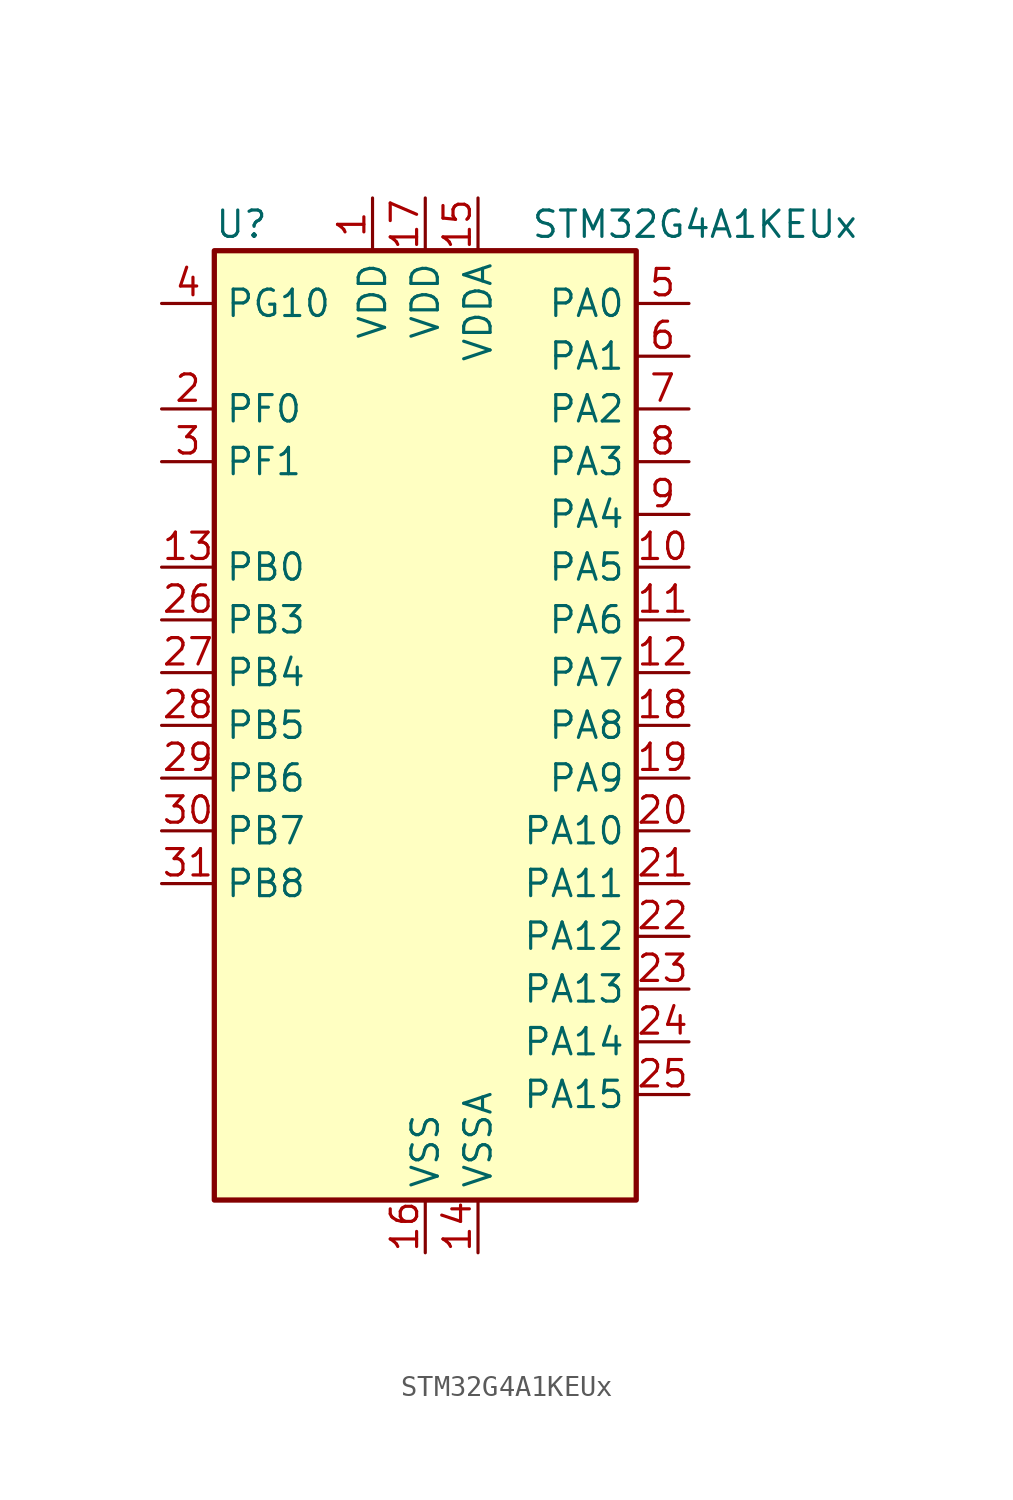
<source format=kicad_sym>
(kicad_symbol_lib
  (version 20220914)
  (generator kicad_symbol_editor)
  (symbol "STM32G4A1KEUx"
    (property "Reference" "U"
      (at -10.16 24.13 0)
      (effects (font (size 1.27 1.27)) (justify left)))
    (property "Value" "STM32G4A1KEUx"
      (at 5.08 24.13 0)
      (effects (font (size 1.27 1.27)) (justify left)))
    (property "ki_locked" ""
      (at 0 0 0)
      (effects (font (size 1.27 1.27))))
    (symbol "STM32G4A1KEUx_0_1"
      (rectangle (start -10.16 -22.86) (end 10.16 22.86) (stroke (width 0.254) (type default)) (fill (type background))))
    (symbol "STM32G4A1KEUx_1_1"
      (pin power_in line (at -2.54 25.4 270) (length 2.54) (name "VDD" (effects (font (size 1.27 1.27)))) (number "1" (effects (font (size 1.27 1.27)))))
      (pin bidirectional line (at 12.7 7.62 180) (length 2.54) (name "PA5" (effects (font (size 1.27 1.27)))) (number "10" (effects (font (size 1.27 1.27)))) (alternate "ADC2_IN13" bidirectional line) (alternate "COMP2_INM" bidirectional line) (alternate "DAC1_OUT2" bidirectional line) (alternate "OPAMP2_VINM" bidirectional line) (alternate "OPAMP2_VINM0" bidirectional line) (alternate "OPAMP2_VINM_SEC" bidirectional line) (alternate "SPI1_SCK" bidirectional line) (alternate "TIM2_CH1" bidirectional line) (alternate "TIM2_ETR" bidirectional line) (alternate "UCPD1_FRSTX1" bidirectional line) (alternate "UCPD1_FRSTX2" bidirectional line))
      (pin bidirectional line (at 12.7 5.08 180) (length 2.54) (name "PA6" (effects (font (size 1.27 1.27)))) (number "11" (effects (font (size 1.27 1.27)))) (alternate "ADC2_IN3" bidirectional line) (alternate "COMP1_OUT" bidirectional line) (alternate "LPUART1_CTS" bidirectional line) (alternate "OPAMP2_VOUT" bidirectional line) (alternate "QUADSPI1_BK1_IO3" bidirectional line) (alternate "SPI1_MISO" bidirectional line) (alternate "TIM16_CH1" bidirectional line) (alternate "TIM1_BKIN" bidirectional line) (alternate "TIM3_CH1" bidirectional line) (alternate "TIM8_BKIN" bidirectional line))
      (pin bidirectional line (at 12.7 2.54 180) (length 2.54) (name "PA7" (effects (font (size 1.27 1.27)))) (number "12" (effects (font (size 1.27 1.27)))) (alternate "ADC2_IN4" bidirectional line) (alternate "COMP2_INP" bidirectional line) (alternate "COMP2_OUT" bidirectional line) (alternate "OPAMP1_VINP" bidirectional line) (alternate "OPAMP1_VINP_SEC" bidirectional line) (alternate "OPAMP2_VINP" bidirectional line) (alternate "OPAMP2_VINP_SEC" bidirectional line) (alternate "QUADSPI1_BK1_IO2" bidirectional line) (alternate "SPI1_MOSI" bidirectional line) (alternate "TIM17_CH1" bidirectional line) (alternate "TIM1_CH1N" bidirectional line) (alternate "TIM3_CH2" bidirectional line) (alternate "TIM8_CH1N" bidirectional line) (alternate "UCPD1_FRSTX1" bidirectional line) (alternate "UCPD1_FRSTX2" bidirectional line))
      (pin bidirectional line (at -12.7 7.62 0) (length 2.54) (name "PB0" (effects (font (size 1.27 1.27)))) (number "13" (effects (font (size 1.27 1.27)))) (alternate "ADC1_IN15" bidirectional line) (alternate "ADC3_IN12" bidirectional line) (alternate "COMP4_INP" bidirectional line) (alternate "OPAMP2_VINP" bidirectional line) (alternate "OPAMP2_VINP_SEC" bidirectional line) (alternate "OPAMP3_VINP" bidirectional line) (alternate "OPAMP3_VINP_SEC" bidirectional line) (alternate "QUADSPI1_BK1_IO1" bidirectional line) (alternate "TIM1_CH2N" bidirectional line) (alternate "TIM3_CH3" bidirectional line) (alternate "TIM8_CH2N" bidirectional line) (alternate "UCPD1_FRSTX1" bidirectional line) (alternate "UCPD1_FRSTX2" bidirectional line))
      (pin power_in line (at 2.54 -25.4 90) (length 2.54) (name "VSSA" (effects (font (size 1.27 1.27)))) (number "14" (effects (font (size 1.27 1.27)))))
      (pin power_in line (at 2.54 25.4 270) (length 2.54) (name "VDDA" (effects (font (size 1.27 1.27)))) (number "15" (effects (font (size 1.27 1.27)))))
      (pin power_in line (at 0 -25.4 90) (length 2.54) (name "VSS" (effects (font (size 1.27 1.27)))) (number "16" (effects (font (size 1.27 1.27)))))
      (pin power_in line (at 0 25.4 270) (length 2.54) (name "VDD" (effects (font (size 1.27 1.27)))) (number "17" (effects (font (size 1.27 1.27)))))
      (pin bidirectional line (at 12.7 0 180) (length 2.54) (name "PA8" (effects (font (size 1.27 1.27)))) (number "18" (effects (font (size 1.27 1.27)))) (alternate "I2C2_SDA" bidirectional line) (alternate "I2C3_SCL" bidirectional line) (alternate "I2S2_MCK" bidirectional line) (alternate "RCC_MCO" bidirectional line) (alternate "SAI1_CK2" bidirectional line) (alternate "SAI1_SCK_A" bidirectional line) (alternate "TIM1_CH1" bidirectional line) (alternate "TIM4_ETR" bidirectional line) (alternate "USART1_CK" bidirectional line))
      (pin bidirectional line (at 12.7 -2.54 180) (length 2.54) (name "PA9" (effects (font (size 1.27 1.27)))) (number "19" (effects (font (size 1.27 1.27)))) (alternate "DAC1_EXTI9" bidirectional line) (alternate "DAC3_EXTI9" bidirectional line) (alternate "I2C2_SCL" bidirectional line) (alternate "I2C3_SMBA" bidirectional line) (alternate "I2S3_MCK" bidirectional line) (alternate "SAI1_FS_A" bidirectional line) (alternate "TIM15_BKIN" bidirectional line) (alternate "TIM1_CH2" bidirectional line) (alternate "TIM2_CH3" bidirectional line) (alternate "UCPD1_DBCC1" bidirectional line) (alternate "USART1_TX" bidirectional line))
      (pin bidirectional line (at -12.7 15.24 0) (length 2.54) (name "PF0" (effects (font (size 1.27 1.27)))) (number "2" (effects (font (size 1.27 1.27)))) (alternate "ADC1_IN10" bidirectional line) (alternate "I2C2_SDA" bidirectional line) (alternate "I2S2_WS" bidirectional line) (alternate "RCC_OSC_IN" bidirectional line) (alternate "SPI2_NSS" bidirectional line) (alternate "TIM1_CH3N" bidirectional line))
      (pin bidirectional line (at 12.7 -5.08 180) (length 2.54) (name "PA10" (effects (font (size 1.27 1.27)))) (number "20" (effects (font (size 1.27 1.27)))) (alternate "CRS_SYNC" bidirectional line) (alternate "DAC1_EXTI10" bidirectional line) (alternate "DAC3_EXTI10" bidirectional line) (alternate "I2C2_SMBA" bidirectional line) (alternate "SAI1_D1" bidirectional line) (alternate "SAI1_SD_A" bidirectional line) (alternate "SPI2_MISO" bidirectional line) (alternate "TIM17_BKIN" bidirectional line) (alternate "TIM1_CH3" bidirectional line) (alternate "TIM2_CH4" bidirectional line) (alternate "TIM8_BKIN" bidirectional line) (alternate "UCPD1_DBCC2" bidirectional line) (alternate "USART1_RX" bidirectional line))
      (pin bidirectional line (at 12.7 -7.62 180) (length 2.54) (name "PA11" (effects (font (size 1.27 1.27)))) (number "21" (effects (font (size 1.27 1.27)))) (alternate "ADC1_EXTI11" bidirectional line) (alternate "ADC2_EXTI11" bidirectional line) (alternate "COMP1_OUT" bidirectional line) (alternate "FDCAN1_RX" bidirectional line) (alternate "I2S2_SD" bidirectional line) (alternate "SPI2_MOSI" bidirectional line) (alternate "TIM1_BKIN2" bidirectional line) (alternate "TIM1_CH1N" bidirectional line) (alternate "TIM1_CH4" bidirectional line) (alternate "TIM4_CH1" bidirectional line) (alternate "USART1_CTS" bidirectional line) (alternate "USART1_NSS" bidirectional line) (alternate "USB_DM" bidirectional line))
      (pin bidirectional line (at 12.7 -10.16 180) (length 2.54) (name "PA12" (effects (font (size 1.27 1.27)))) (number "22" (effects (font (size 1.27 1.27)))) (alternate "COMP2_OUT" bidirectional line) (alternate "FDCAN1_TX" bidirectional line) (alternate "I2S_CKIN" bidirectional line) (alternate "TIM16_CH1" bidirectional line) (alternate "TIM1_CH2N" bidirectional line) (alternate "TIM1_ETR" bidirectional line) (alternate "TIM4_CH2" bidirectional line) (alternate "USART1_DE" bidirectional line) (alternate "USART1_RTS" bidirectional line) (alternate "USB_DP" bidirectional line))
      (pin bidirectional line (at 12.7 -12.7 180) (length 2.54) (name "PA13" (effects (font (size 1.27 1.27)))) (number "23" (effects (font (size 1.27 1.27)))) (alternate "I2C1_SCL" bidirectional line) (alternate "IR_OUT" bidirectional line) (alternate "SAI1_SD_B" bidirectional line) (alternate "SYS_JTMS-SWDIO" bidirectional line) (alternate "TIM16_CH1N" bidirectional line) (alternate "TIM4_CH3" bidirectional line))
      (pin bidirectional line (at 12.7 -15.24 180) (length 2.54) (name "PA14" (effects (font (size 1.27 1.27)))) (number "24" (effects (font (size 1.27 1.27)))) (alternate "I2C1_SDA" bidirectional line) (alternate "LPTIM1_OUT" bidirectional line) (alternate "SAI1_FS_B" bidirectional line) (alternate "SYS_JTCK-SWCLK" bidirectional line) (alternate "TIM1_BKIN" bidirectional line) (alternate "TIM8_CH2" bidirectional line) (alternate "USART2_TX" bidirectional line))
      (pin bidirectional line (at 12.7 -17.78 180) (length 2.54) (name "PA15" (effects (font (size 1.27 1.27)))) (number "25" (effects (font (size 1.27 1.27)))) (alternate "ADC1_EXTI15" bidirectional line) (alternate "ADC2_EXTI15" bidirectional line) (alternate "I2C1_SCL" bidirectional line) (alternate "I2S3_WS" bidirectional line) (alternate "SPI1_NSS" bidirectional line) (alternate "SPI3_NSS" bidirectional line) (alternate "SYS_JTDI" bidirectional line) (alternate "TIM1_BKIN" bidirectional line) (alternate "TIM20_ETR" bidirectional line) (alternate "TIM2_CH1" bidirectional line) (alternate "TIM2_ETR" bidirectional line) (alternate "TIM8_CH1" bidirectional line) (alternate "USART2_RX" bidirectional line))
      (pin bidirectional line (at -12.7 5.08 0) (length 2.54) (name "PB3" (effects (font (size 1.27 1.27)))) (number "26" (effects (font (size 1.27 1.27)))) (alternate "ADC3_EXTI3" bidirectional line) (alternate "CRS_SYNC" bidirectional line) (alternate "I2S3_CK" bidirectional line) (alternate "SAI1_SCK_B" bidirectional line) (alternate "SPI1_SCK" bidirectional line) (alternate "SPI3_SCK" bidirectional line) (alternate "SYS_JTDO-SWO" bidirectional line) (alternate "TIM2_CH2" bidirectional line) (alternate "TIM3_ETR" bidirectional line) (alternate "TIM4_ETR" bidirectional line) (alternate "TIM8_CH1N" bidirectional line) (alternate "USART2_TX" bidirectional line))
      (pin bidirectional line (at -12.7 2.54 0) (length 2.54) (name "PB4" (effects (font (size 1.27 1.27)))) (number "27" (effects (font (size 1.27 1.27)))) (alternate "SAI1_MCLK_B" bidirectional line) (alternate "SPI1_MISO" bidirectional line) (alternate "SPI3_MISO" bidirectional line) (alternate "SYS_JTRST" bidirectional line) (alternate "TIM16_CH1" bidirectional line) (alternate "TIM17_BKIN" bidirectional line) (alternate "TIM3_CH1" bidirectional line) (alternate "TIM8_CH2N" bidirectional line) (alternate "UCPD1_CC2" bidirectional line) (alternate "USART2_RX" bidirectional line))
      (pin bidirectional line (at -12.7 0 0) (length 2.54) (name "PB5" (effects (font (size 1.27 1.27)))) (number "28" (effects (font (size 1.27 1.27)))) (alternate "FDCAN2_RX" bidirectional line) (alternate "I2C1_SMBA" bidirectional line) (alternate "I2C3_SDA" bidirectional line) (alternate "I2S3_SD" bidirectional line) (alternate "LPTIM1_IN1" bidirectional line) (alternate "SAI1_SD_B" bidirectional line) (alternate "SPI1_MOSI" bidirectional line) (alternate "SPI3_MOSI" bidirectional line) (alternate "TIM16_BKIN" bidirectional line) (alternate "TIM17_CH1" bidirectional line) (alternate "TIM3_CH2" bidirectional line) (alternate "TIM8_CH3N" bidirectional line) (alternate "USART2_CK" bidirectional line))
      (pin bidirectional line (at -12.7 -2.54 0) (length 2.54) (name "PB6" (effects (font (size 1.27 1.27)))) (number "29" (effects (font (size 1.27 1.27)))) (alternate "COMP4_OUT" bidirectional line) (alternate "FDCAN2_TX" bidirectional line) (alternate "LPTIM1_ETR" bidirectional line) (alternate "SAI1_FS_B" bidirectional line) (alternate "TIM16_CH1N" bidirectional line) (alternate "TIM4_CH1" bidirectional line) (alternate "TIM8_BKIN2" bidirectional line) (alternate "TIM8_CH1" bidirectional line) (alternate "TIM8_ETR" bidirectional line) (alternate "UCPD1_CC1" bidirectional line) (alternate "USART1_TX" bidirectional line))
      (pin bidirectional line (at -12.7 12.7 0) (length 2.54) (name "PF1" (effects (font (size 1.27 1.27)))) (number "3" (effects (font (size 1.27 1.27)))) (alternate "ADC2_IN10" bidirectional line) (alternate "COMP3_INM" bidirectional line) (alternate "I2S2_CK" bidirectional line) (alternate "RCC_OSC_OUT" bidirectional line) (alternate "SPI2_SCK" bidirectional line))
      (pin bidirectional line (at -12.7 -5.08 0) (length 2.54) (name "PB7" (effects (font (size 1.27 1.27)))) (number "30" (effects (font (size 1.27 1.27)))) (alternate "COMP3_OUT" bidirectional line) (alternate "I2C1_SDA" bidirectional line) (alternate "LPTIM1_IN2" bidirectional line) (alternate "SYS_PVD_IN" bidirectional line) (alternate "TIM17_CH1N" bidirectional line) (alternate "TIM3_CH4" bidirectional line) (alternate "TIM4_CH2" bidirectional line) (alternate "TIM8_BKIN" bidirectional line) (alternate "USART1_RX" bidirectional line))
      (pin bidirectional line (at -12.7 -7.62 0) (length 2.54) (name "PB8" (effects (font (size 1.27 1.27)))) (number "31" (effects (font (size 1.27 1.27)))) (alternate "COMP1_OUT" bidirectional line) (alternate "FDCAN1_RX" bidirectional line) (alternate "I2C1_SCL" bidirectional line) (alternate "SAI1_CK1" bidirectional line) (alternate "SAI1_MCLK_A" bidirectional line) (alternate "TIM16_CH1" bidirectional line) (alternate "TIM1_BKIN" bidirectional line) (alternate "TIM4_CH3" bidirectional line) (alternate "TIM8_CH2" bidirectional line))
      (pin passive line (at 0 -25.4 90) (length 2.54) hide (name "VSS" (effects (font (size 1.27 1.27)))) (number "32" (effects (font (size 1.27 1.27)))))
      (pin passive line (at 0 -25.4 90) (length 2.54) hide (name "VSS" (effects (font (size 1.27 1.27)))) (number "33" (effects (font (size 1.27 1.27)))))
      (pin bidirectional line (at -12.7 20.32 0) (length 2.54) (name "PG10" (effects (font (size 1.27 1.27)))) (number "4" (effects (font (size 1.27 1.27)))) (alternate "DAC1_EXTI10" bidirectional line) (alternate "DAC3_EXTI10" bidirectional line) (alternate "RCC_MCO" bidirectional line))
      (pin bidirectional line (at 12.7 20.32 180) (length 2.54) (name "PA0" (effects (font (size 1.27 1.27)))) (number "5" (effects (font (size 1.27 1.27)))) (alternate "ADC1_IN1" bidirectional line) (alternate "ADC2_IN1" bidirectional line) (alternate "COMP1_INM" bidirectional line) (alternate "COMP1_OUT" bidirectional line) (alternate "COMP3_INP" bidirectional line) (alternate "RTC_TAMP2" bidirectional line) (alternate "SYS_WKUP1" bidirectional line) (alternate "TIM2_CH1" bidirectional line) (alternate "TIM2_ETR" bidirectional line) (alternate "TIM8_BKIN" bidirectional line) (alternate "TIM8_ETR" bidirectional line) (alternate "USART2_CTS" bidirectional line) (alternate "USART2_NSS" bidirectional line))
      (pin bidirectional line (at 12.7 17.78 180) (length 2.54) (name "PA1" (effects (font (size 1.27 1.27)))) (number "6" (effects (font (size 1.27 1.27)))) (alternate "ADC1_IN2" bidirectional line) (alternate "ADC2_IN2" bidirectional line) (alternate "COMP1_INP" bidirectional line) (alternate "OPAMP1_VINP" bidirectional line) (alternate "OPAMP1_VINP_SEC" bidirectional line) (alternate "OPAMP3_VINP" bidirectional line) (alternate "OPAMP3_VINP_SEC" bidirectional line) (alternate "OPAMP6_VINM" bidirectional line) (alternate "OPAMP6_VINM0" bidirectional line) (alternate "OPAMP6_VINM_SEC" bidirectional line) (alternate "RTC_REFIN" bidirectional line) (alternate "TIM15_CH1N" bidirectional line) (alternate "TIM2_CH2" bidirectional line) (alternate "USART2_DE" bidirectional line) (alternate "USART2_RTS" bidirectional line))
      (pin bidirectional line (at 12.7 15.24 180) (length 2.54) (name "PA2" (effects (font (size 1.27 1.27)))) (number "7" (effects (font (size 1.27 1.27)))) (alternate "ADC1_IN3" bidirectional line) (alternate "ADC3_EXTI2" bidirectional line) (alternate "COMP2_INM" bidirectional line) (alternate "COMP2_OUT" bidirectional line) (alternate "LPUART1_TX" bidirectional line) (alternate "OPAMP1_VOUT" bidirectional line) (alternate "QUADSPI1_BK1_NCS" bidirectional line) (alternate "RCC_LSCO" bidirectional line) (alternate "SYS_WKUP4" bidirectional line) (alternate "TIM15_CH1" bidirectional line) (alternate "TIM2_CH3" bidirectional line) (alternate "UCPD1_FRSTX1" bidirectional line) (alternate "UCPD1_FRSTX2" bidirectional line) (alternate "USART2_TX" bidirectional line))
      (pin bidirectional line (at 12.7 12.7 180) (length 2.54) (name "PA3" (effects (font (size 1.27 1.27)))) (number "8" (effects (font (size 1.27 1.27)))) (alternate "ADC1_IN4" bidirectional line) (alternate "ADC3_EXTI3" bidirectional line) (alternate "COMP2_INP" bidirectional line) (alternate "LPUART1_RX" bidirectional line) (alternate "OPAMP1_VINM" bidirectional line) (alternate "OPAMP1_VINM0" bidirectional line) (alternate "OPAMP1_VINM_SEC" bidirectional line) (alternate "OPAMP1_VINP" bidirectional line) (alternate "OPAMP1_VINP_SEC" bidirectional line) (alternate "QUADSPI1_CLK" bidirectional line) (alternate "SAI1_CK1" bidirectional line) (alternate "SAI1_MCLK_A" bidirectional line) (alternate "TIM15_CH2" bidirectional line) (alternate "TIM2_CH4" bidirectional line) (alternate "USART2_RX" bidirectional line))
      (pin bidirectional line (at 12.7 10.16 180) (length 2.54) (name "PA4" (effects (font (size 1.27 1.27)))) (number "9" (effects (font (size 1.27 1.27)))) (alternate "ADC2_IN17" bidirectional line) (alternate "COMP1_INM" bidirectional line) (alternate "DAC1_OUT1" bidirectional line) (alternate "I2S3_WS" bidirectional line) (alternate "SAI1_FS_B" bidirectional line) (alternate "SPI1_NSS" bidirectional line) (alternate "SPI3_NSS" bidirectional line) (alternate "TIM3_CH2" bidirectional line) (alternate "USART2_CK" bidirectional line)))))
</source>
